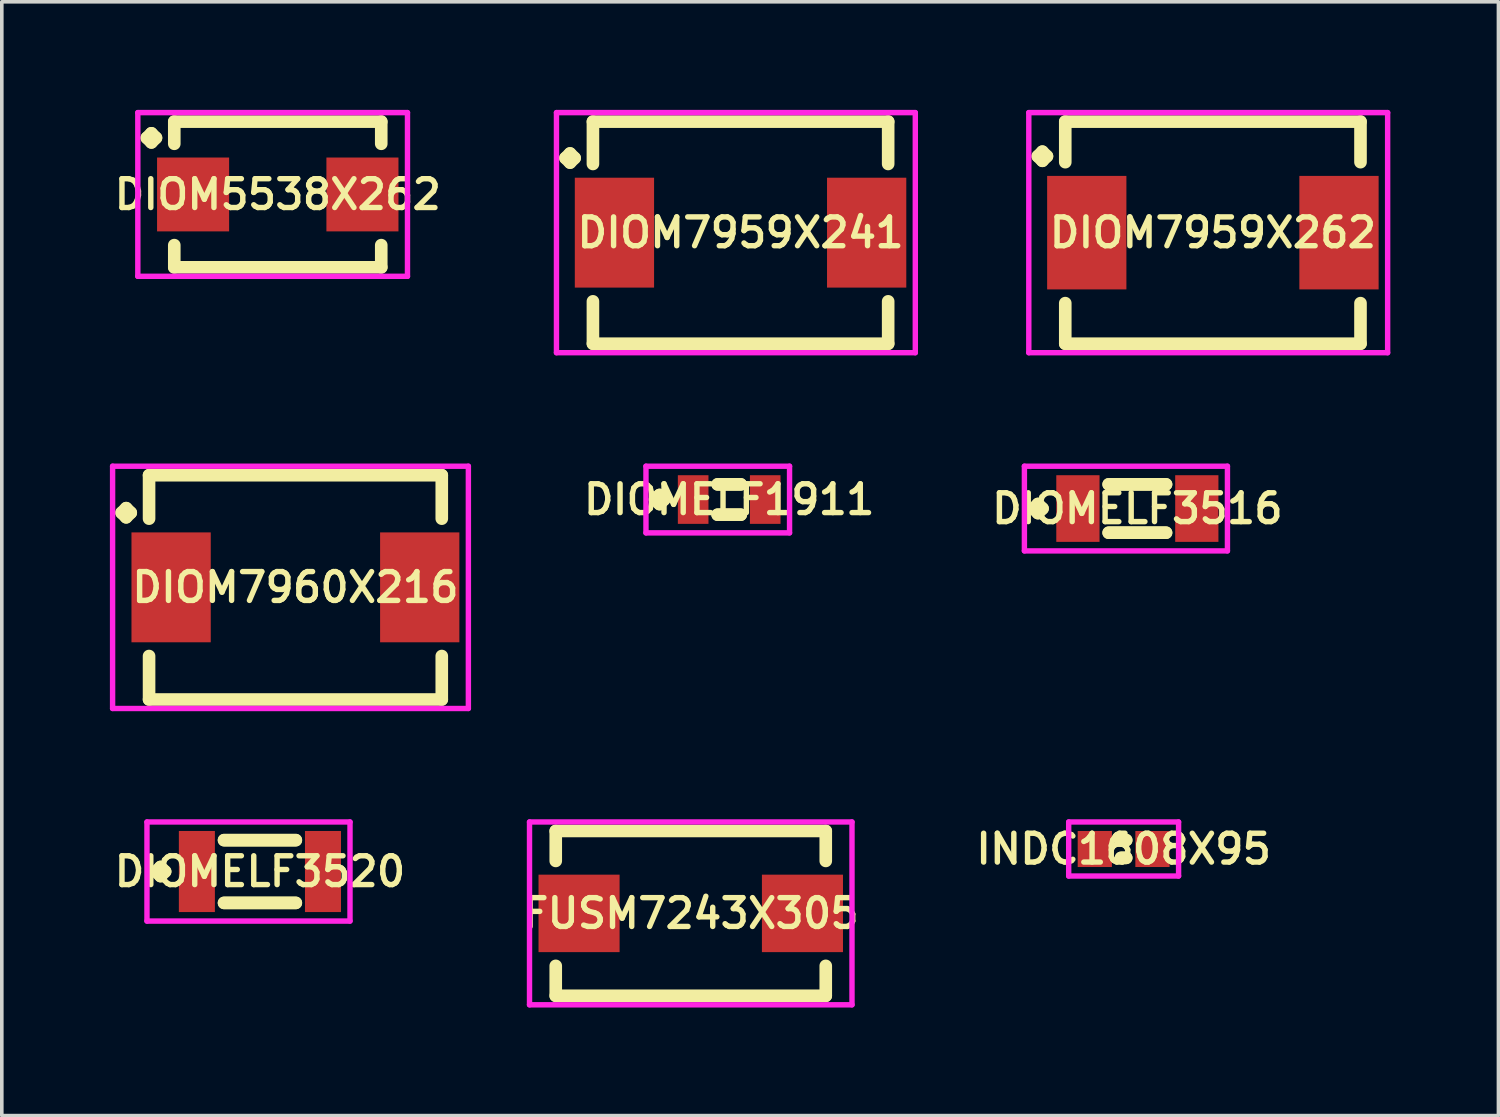
<source format=kicad_pcb>
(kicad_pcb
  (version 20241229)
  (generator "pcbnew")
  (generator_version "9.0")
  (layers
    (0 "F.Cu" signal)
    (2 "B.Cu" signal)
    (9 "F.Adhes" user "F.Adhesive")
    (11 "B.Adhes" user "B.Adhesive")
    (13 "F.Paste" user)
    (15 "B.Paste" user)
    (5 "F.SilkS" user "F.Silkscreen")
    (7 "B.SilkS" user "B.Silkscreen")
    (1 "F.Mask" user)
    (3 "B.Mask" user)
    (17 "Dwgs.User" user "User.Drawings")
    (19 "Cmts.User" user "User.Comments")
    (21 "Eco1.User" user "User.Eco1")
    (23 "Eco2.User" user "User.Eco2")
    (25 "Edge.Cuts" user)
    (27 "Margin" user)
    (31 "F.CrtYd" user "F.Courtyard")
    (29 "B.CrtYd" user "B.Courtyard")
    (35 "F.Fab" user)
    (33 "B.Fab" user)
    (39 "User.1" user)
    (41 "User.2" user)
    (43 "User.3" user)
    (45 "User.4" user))
  (footprint "DIOMELF3516"
    (layer "F.Cu")
    (at 28.516 11.064)
    (property "Reference" "DIOMELF3516" (at 0 0 0) (layer "F.SilkS") (effects (font (size 0.8 0.8) (thickness 0.15))))
    (attr smd)
    (fp_line (start -2.885 0) (end -2.758 -0.127) (stroke (width 0.35) (type solid)) (layer "F.SilkS"))
    (fp_line (start -2.758 -0.127) (end -2.631 0) (stroke (width 0.35) (type solid)) (layer "F.SilkS"))
    (fp_line (start -2.758 0.127) (end -2.885 0) (stroke (width 0.35) (type solid)) (layer "F.SilkS"))
    (fp_line (start -2.631 0) (end -2.758 0.127) (stroke (width 0.35) (type solid)) (layer "F.SilkS"))
    (fp_line (start -0.796 -0.671) (end 0.796 -0.671) (stroke (width 0.35) (type solid)) (layer "F.SilkS"))
    (fp_line (start -0.796 0.671) (end 0.796 0.671) (stroke (width 0.35) (type solid)) (layer "F.SilkS"))
    (fp_line (start 0.796 -0.671) (end -0.796 -0.671) (stroke (width 0.35) (type solid)) (layer "F.SilkS"))
    (fp_line (start 0.796 0.671) (end -0.796 0.671) (stroke (width 0.35) (type solid)) (layer "F.SilkS"))
    (fp_line (start -3.135 -1.175) (end 2.5 -1.175) (stroke (width 0.15) (type solid)) (layer "F.CrtYd"))
    (fp_line (start -3.135 1.175) (end -3.135 -1.175) (stroke (width 0.15) (type solid)) (layer "F.CrtYd"))
    (fp_line (start 2.5 -1.175) (end 2.5 1.175) (stroke (width 0.15) (type solid)) (layer "F.CrtYd"))
    (fp_line (start 2.5 1.175) (end -3.135 1.175) (stroke (width 0.15) (type solid)) (layer "F.CrtYd"))
    (pad "1" smd rect (at -1.65 0) (size 1.2 1.85) (layers "F.Cu" "F.Mask" "F.Paste"))
    (pad "2" smd rect (at 1.65 0) (size 1.2 1.85) (layers "F.Cu" "F.Mask" "F.Paste")))
  (footprint "INDC1608X95"
    (layer "F.Cu")
    (at 28.135 20.513)
    (property "Reference" "INDC1608X95" (at 0 0 0) (layer "F.SilkS") (effects (font (size 0.8 0.8) (thickness 0.15))))
    (attr smd)
    (fp_line (start -0.071 -0.246) (end 0.071 -0.246) (stroke (width 0.35) (type solid)) (layer "F.SilkS"))
    (fp_line (start -0.071 0.246) (end 0.071 0.246) (stroke (width 0.35) (type solid)) (layer "F.SilkS"))
    (fp_line (start 0.071 -0.246) (end -0.071 -0.246) (stroke (width 0.35) (type solid)) (layer "F.SilkS"))
    (fp_line (start 0.071 0.246) (end -0.071 0.246) (stroke (width 0.35) (type solid)) (layer "F.SilkS"))
    (fp_line (start -1.525 -0.75) (end 1.525 -0.75) (stroke (width 0.15) (type solid)) (layer "F.CrtYd"))
    (fp_line (start -1.525 0.75) (end -1.525 -0.75) (stroke (width 0.15) (type solid)) (layer "F.CrtYd"))
    (fp_line (start 1.525 -0.75) (end 1.525 0.75) (stroke (width 0.15) (type solid)) (layer "F.CrtYd"))
    (fp_line (start 1.525 0.75) (end -1.525 0.75) (stroke (width 0.15) (type solid)) (layer "F.CrtYd"))
    (pad "1" smd rect (at -0.8 0) (size 0.95 1) (layers "F.Cu" "F.Mask" "F.Paste"))
    (pad "2" smd rect (at 0.8 0) (size 0.95 1) (layers "F.Cu" "F.Mask" "F.Paste")))
  (footprint "DIOM7959X241"
    (layer "F.Cu")
    (at 17.503 3.407)
    (property "Reference" "DIOM7959X241" (at 0 0 0) (layer "F.SilkS") (effects (font (size 0.8 0.8) (thickness 0.15))))
    (attr smd)
    (fp_line (start -4.859 -2.071) (end -4.732 -2.198) (stroke (width 0.35) (type solid)) (layer "F.SilkS"))
    (fp_line (start -4.732 -2.198) (end -4.605 -2.071) (stroke (width 0.35) (type solid)) (layer "F.SilkS"))
    (fp_line (start -4.732 -1.944) (end -4.859 -2.071) (stroke (width 0.35) (type solid)) (layer "F.SilkS"))
    (fp_line (start -4.605 -2.071) (end -4.732 -1.944) (stroke (width 0.35) (type solid)) (layer "F.SilkS"))
    (fp_line (start -4.097 -3.082) (end 4.097 -3.082) (stroke (width 0.35) (type solid)) (layer "F.SilkS"))
    (fp_line (start -4.097 -1.906) (end -4.097 -3.082) (stroke (width 0.35) (type solid)) (layer "F.SilkS"))
    (fp_line (start -4.097 1.906) (end -4.097 3.082) (stroke (width 0.35) (type solid)) (layer "F.SilkS"))
    (fp_line (start -4.097 3.082) (end 4.097 3.082) (stroke (width 0.35) (type solid)) (layer "F.SilkS"))
    (fp_line (start 4.097 -3.082) (end 4.097 -1.906) (stroke (width 0.35) (type solid)) (layer "F.SilkS"))
    (fp_line (start 4.097 3.082) (end 4.097 1.906) (stroke (width 0.35) (type solid)) (layer "F.SilkS"))
    (fp_line (start -5.109 -3.332) (end 4.85 -3.332) (stroke (width 0.15) (type solid)) (layer "F.CrtYd"))
    (fp_line (start -5.109 3.332) (end -5.109 -3.332) (stroke (width 0.15) (type solid)) (layer "F.CrtYd"))
    (fp_line (start 4.85 -3.332) (end 4.85 3.332) (stroke (width 0.15) (type solid)) (layer "F.CrtYd"))
    (fp_line (start 4.85 3.332) (end -5.109 3.332) (stroke (width 0.15) (type solid)) (layer "F.CrtYd"))
    (pad "1" smd rect (at -3.5 0) (size 2.2 3.05) (layers "F.Cu" "F.Mask" "F.Paste"))
    (pad "2" smd rect (at 3.5 0) (size 2.2 3.05) (layers "F.Cu" "F.Mask" "F.Paste")))
  (footprint "DIOM7960X216"
    (layer "F.Cu")
    (at 5.149 13.251)
    (property "Reference" "DIOM7960X216" (at 0 0 0) (layer "F.SilkS") (effects (font (size 0.8 0.8) (thickness 0.15))))
    (attr through_hole)
    (fp_line (start -4.824 -2.071) (end -4.697 -2.198) (stroke (width 0.35) (type solid)) (layer "F.SilkS"))
    (fp_line (start -4.697 -2.198) (end -4.57 -2.071) (stroke (width 0.35) (type solid)) (layer "F.SilkS"))
    (fp_line (start -4.697 -1.944) (end -4.824 -2.071) (stroke (width 0.35) (type solid)) (layer "F.SilkS"))
    (fp_line (start -4.57 -2.071) (end -4.697 -1.944) (stroke (width 0.35) (type solid)) (layer "F.SilkS"))
    (fp_line (start -4.062 -3.112) (end 4.062 -3.112) (stroke (width 0.35) (type solid)) (layer "F.SilkS"))
    (fp_line (start -4.062 -1.906) (end -4.062 -3.112) (stroke (width 0.35) (type solid)) (layer "F.SilkS"))
    (fp_line (start -4.062 1.906) (end -4.062 3.112) (stroke (width 0.35) (type solid)) (layer "F.SilkS"))
    (fp_line (start -4.062 3.112) (end 4.062 3.112) (stroke (width 0.35) (type solid)) (layer "F.SilkS"))
    (fp_line (start 4.062 -3.112) (end 4.062 -1.906) (stroke (width 0.35) (type solid)) (layer "F.SilkS"))
    (fp_line (start 4.062 3.112) (end 4.062 1.906) (stroke (width 0.35) (type solid)) (layer "F.SilkS"))
    (fp_line (start -5.074 -3.362) (end 4.8 -3.362) (stroke (width 0.15) (type solid)) (layer "F.CrtYd"))
    (fp_line (start -5.074 3.362) (end -5.074 -3.362) (stroke (width 0.15) (type solid)) (layer "F.CrtYd"))
    (fp_line (start 4.8 -3.362) (end 4.8 3.362) (stroke (width 0.15) (type solid)) (layer "F.CrtYd"))
    (fp_line (start 4.8 3.362) (end -5.074 3.362) (stroke (width 0.15) (type solid)) (layer "F.CrtYd"))
    (pad "1" smd rect (at -3.45 0) (size 2.2 3.05) (layers "F.Cu" "F.Mask" "F.Paste"))
    (pad "2" smd rect (at 3.45 0) (size 2.2 3.05) (layers "F.Cu" "F.Mask" "F.Paste")))
  (footprint "FUSM7243X305"
    (layer "F.Cu")
    (at 16.121 22.3)
    (property "Reference" "FUSM7243X305" (at 0 0 0) (layer "F.SilkS") (effects (font (size 0.8 0.8) (thickness 0.15))))
    (attr smd)
    (fp_line (start -3.747 -2.287) (end 3.747 -2.287) (stroke (width 0.35) (type solid)) (layer "F.SilkS"))
    (fp_line (start -3.747 -1.456) (end -3.747 -2.287) (stroke (width 0.35) (type solid)) (layer "F.SilkS"))
    (fp_line (start -3.747 1.456) (end -3.747 2.287) (stroke (width 0.35) (type solid)) (layer "F.SilkS"))
    (fp_line (start -3.747 2.287) (end 3.747 2.287) (stroke (width 0.35) (type solid)) (layer "F.SilkS"))
    (fp_line (start 3.747 -2.287) (end 3.747 -1.456) (stroke (width 0.35) (type solid)) (layer "F.SilkS"))
    (fp_line (start 3.747 2.287) (end 3.747 1.456) (stroke (width 0.35) (type solid)) (layer "F.SilkS"))
    (fp_line (start -4.475 -2.537) (end 4.475 -2.537) (stroke (width 0.15) (type solid)) (layer "F.CrtYd"))
    (fp_line (start -4.475 2.537) (end -4.475 -2.537) (stroke (width 0.15) (type solid)) (layer "F.CrtYd"))
    (fp_line (start 4.475 -2.537) (end 4.475 2.537) (stroke (width 0.15) (type solid)) (layer "F.CrtYd"))
    (fp_line (start 4.475 2.537) (end -4.475 2.537) (stroke (width 0.15) (type solid)) (layer "F.CrtYd"))
    (pad "1" smd rect (at -3.1 0) (size 2.25 2.15) (layers "F.Cu" "F.Mask" "F.Paste"))
    (pad "2" smd rect (at 3.1 0) (size 2.25 2.15) (layers "F.Cu" "F.Mask" "F.Paste")))
  (footprint "DIOM7959X262"
    (layer "F.Cu")
    (at 30.612 3.407)
    (property "Reference" "DIOM7959X262" (at 0 0 0) (layer "F.SilkS") (effects (font (size 0.8 0.8) (thickness 0.15))))
    (attr smd)
    (fp_line (start -4.859 -2.121) (end -4.732 -2.248) (stroke (width 0.35) (type solid)) (layer "F.SilkS"))
    (fp_line (start -4.732 -2.248) (end -4.605 -2.121) (stroke (width 0.35) (type solid)) (layer "F.SilkS"))
    (fp_line (start -4.732 -1.994) (end -4.859 -2.121) (stroke (width 0.35) (type solid)) (layer "F.SilkS"))
    (fp_line (start -4.605 -2.121) (end -4.732 -1.994) (stroke (width 0.35) (type solid)) (layer "F.SilkS"))
    (fp_line (start -4.097 -3.082) (end 4.097 -3.082) (stroke (width 0.35) (type solid)) (layer "F.SilkS"))
    (fp_line (start -4.097 -1.956) (end -4.097 -3.082) (stroke (width 0.35) (type solid)) (layer "F.SilkS"))
    (fp_line (start -4.097 1.956) (end -4.097 3.082) (stroke (width 0.35) (type solid)) (layer "F.SilkS"))
    (fp_line (start -4.097 3.082) (end 4.097 3.082) (stroke (width 0.35) (type solid)) (layer "F.SilkS"))
    (fp_line (start 4.097 -3.082) (end 4.097 -1.956) (stroke (width 0.35) (type solid)) (layer "F.SilkS"))
    (fp_line (start 4.097 3.082) (end 4.097 1.956) (stroke (width 0.35) (type solid)) (layer "F.SilkS"))
    (fp_line (start -5.109 -3.332) (end 4.85 -3.332) (stroke (width 0.15) (type solid)) (layer "F.CrtYd"))
    (fp_line (start -5.109 3.332) (end -5.109 -3.332) (stroke (width 0.15) (type solid)) (layer "F.CrtYd"))
    (fp_line (start 4.85 -3.332) (end 4.85 3.332) (stroke (width 0.15) (type solid)) (layer "F.CrtYd"))
    (fp_line (start 4.85 3.332) (end -5.109 3.332) (stroke (width 0.15) (type solid)) (layer "F.CrtYd"))
    (pad "1" smd rect (at -3.5 0) (size 2.2 3.15) (layers "F.Cu" "F.Mask" "F.Paste"))
    (pad "2" smd rect (at 3.5 0) (size 2.2 3.15) (layers "F.Cu" "F.Mask" "F.Paste")))
  (footprint "DIOMELF3520"
    (layer "F.Cu")
    (at 4.164 21.138)
    (property "Reference" "DIOMELF3520" (at 0 0 0) (layer "F.SilkS") (effects (font (size 0.8 0.8) (thickness 0.15))))
    (attr through_hole)
    (fp_line (start -2.885 0) (end -2.758 -0.127) (stroke (width 0.35) (type solid)) (layer "F.SilkS"))
    (fp_line (start -2.758 -0.127) (end -2.631 0) (stroke (width 0.35) (type solid)) (layer "F.SilkS"))
    (fp_line (start -2.758 0.127) (end -2.885 0) (stroke (width 0.35) (type solid)) (layer "F.SilkS"))
    (fp_line (start -2.631 0) (end -2.758 0.127) (stroke (width 0.35) (type solid)) (layer "F.SilkS"))
    (fp_line (start -0.996 -0.871) (end 0.996 -0.871) (stroke (width 0.35) (type solid)) (layer "F.SilkS"))
    (fp_line (start -0.996 0.871) (end 0.996 0.871) (stroke (width 0.35) (type solid)) (layer "F.SilkS"))
    (fp_line (start 0.996 -0.871) (end -0.996 -0.871) (stroke (width 0.35) (type solid)) (layer "F.SilkS"))
    (fp_line (start 0.996 0.871) (end -0.996 0.871) (stroke (width 0.35) (type solid)) (layer "F.SilkS"))
    (fp_line (start -3.135 -1.375) (end 2.5 -1.375) (stroke (width 0.15) (type solid)) (layer "F.CrtYd"))
    (fp_line (start -3.135 1.375) (end -3.135 -1.375) (stroke (width 0.15) (type solid)) (layer "F.CrtYd"))
    (fp_line (start 2.5 -1.375) (end 2.5 1.375) (stroke (width 0.15) (type solid)) (layer "F.CrtYd"))
    (fp_line (start 2.5 1.375) (end -3.135 1.375) (stroke (width 0.15) (type solid)) (layer "F.CrtYd"))
    (pad "1" smd rect (at -1.75 0) (size 1 2.25) (layers "F.Cu" "F.Mask" "F.Paste"))
    (pad "2" smd rect (at 1.75 0) (size 1 2.25) (layers "F.Cu" "F.Mask" "F.Paste")))
  (footprint "DIOMELF1911"
    (layer "F.Cu")
    (at 17.188 10.814)
    (property "Reference" "DIOMELF1911" (at 0 0 0) (layer "F.SilkS") (effects (font (size 0.8 0.8) (thickness 0.15))))
    (attr smd)
    (fp_line (start -2.06 0) (end -1.933 -0.127) (stroke (width 0.35) (type solid)) (layer "F.SilkS"))
    (fp_line (start -1.933 -0.127) (end -1.806 0) (stroke (width 0.35) (type solid)) (layer "F.SilkS"))
    (fp_line (start -1.933 0.127) (end -2.06 0) (stroke (width 0.35) (type solid)) (layer "F.SilkS"))
    (fp_line (start -1.806 0) (end -1.933 0.127) (stroke (width 0.35) (type solid)) (layer "F.SilkS"))
    (fp_line (start -0.321 -0.421) (end 0.321 -0.421) (stroke (width 0.35) (type solid)) (layer "F.SilkS"))
    (fp_line (start -0.321 0.421) (end 0.321 0.421) (stroke (width 0.35) (type solid)) (layer "F.SilkS"))
    (fp_line (start 0.321 -0.421) (end -0.321 -0.421) (stroke (width 0.35) (type solid)) (layer "F.SilkS"))
    (fp_line (start 0.321 0.421) (end -0.321 0.421) (stroke (width 0.35) (type solid)) (layer "F.SilkS"))
    (fp_line (start -2.31 -0.925) (end 1.675 -0.925) (stroke (width 0.15) (type solid)) (layer "F.CrtYd"))
    (fp_line (start -2.31 0.925) (end -2.31 -0.925) (stroke (width 0.15) (type solid)) (layer "F.CrtYd"))
    (fp_line (start 1.675 -0.925) (end 1.675 0.925) (stroke (width 0.15) (type solid)) (layer "F.CrtYd"))
    (fp_line (start 1.675 0.925) (end -2.31 0.925) (stroke (width 0.15) (type solid)) (layer "F.CrtYd"))
    (pad "1" smd rect (at -1 0) (size 0.85 1.35) (layers "F.Cu" "F.Mask" "F.Paste"))
    (pad "2" smd rect (at 1 0) (size 0.85 1.35) (layers "F.Cu" "F.Mask" "F.Paste")))
  (footprint "DIOM5538X262"
    (layer "F.Cu")
    (at 4.659 2.347)
    (property "Reference" "DIOM5538X262" (at 0 0 0) (layer "F.SilkS") (effects (font (size 0.8 0.8) (thickness 0.15))))
    (attr smd)
    (fp_line (start -3.634 -1.571) (end -3.507 -1.698) (stroke (width 0.35) (type solid)) (layer "F.SilkS"))
    (fp_line (start -3.507 -1.698) (end -3.38 -1.571) (stroke (width 0.35) (type solid)) (layer "F.SilkS"))
    (fp_line (start -3.507 -1.444) (end -3.634 -1.571) (stroke (width 0.35) (type solid)) (layer "F.SilkS"))
    (fp_line (start -3.38 -1.571) (end -3.507 -1.444) (stroke (width 0.35) (type solid)) (layer "F.SilkS"))
    (fp_line (start -2.872 -2.022) (end 2.872 -2.022) (stroke (width 0.35) (type solid)) (layer "F.SilkS"))
    (fp_line (start -2.872 -1.406) (end -2.872 -2.022) (stroke (width 0.35) (type solid)) (layer "F.SilkS"))
    (fp_line (start -2.872 1.406) (end -2.872 2.022) (stroke (width 0.35) (type solid)) (layer "F.SilkS"))
    (fp_line (start -2.872 2.022) (end 2.872 2.022) (stroke (width 0.35) (type solid)) (layer "F.SilkS"))
    (fp_line (start 2.872 -2.022) (end 2.872 -1.406) (stroke (width 0.35) (type solid)) (layer "F.SilkS"))
    (fp_line (start 2.872 2.022) (end 2.872 1.406) (stroke (width 0.35) (type solid)) (layer "F.SilkS"))
    (fp_line (start -3.884 -2.272) (end 3.6 -2.272) (stroke (width 0.15) (type solid)) (layer "F.CrtYd"))
    (fp_line (start -3.884 2.272) (end -3.884 -2.272) (stroke (width 0.15) (type solid)) (layer "F.CrtYd"))
    (fp_line (start 3.6 -2.272) (end 3.6 2.272) (stroke (width 0.15) (type solid)) (layer "F.CrtYd"))
    (fp_line (start 3.6 2.272) (end -3.884 2.272) (stroke (width 0.15) (type solid)) (layer "F.CrtYd"))
    (pad "1" smd rect (at -2.35 0) (size 2 2.05) (layers "F.Cu" "F.Mask" "F.Paste"))
    (pad "2" smd rect (at 2.35 0) (size 2 2.05) (layers "F.Cu" "F.Mask" "F.Paste")))
  (gr_rect
    (start -3 -3)
    (end 38.537 27.912)
    (stroke (width 0.1) (type default))
    (fill no)
    (layer "Edge.Cuts")))
</source>
